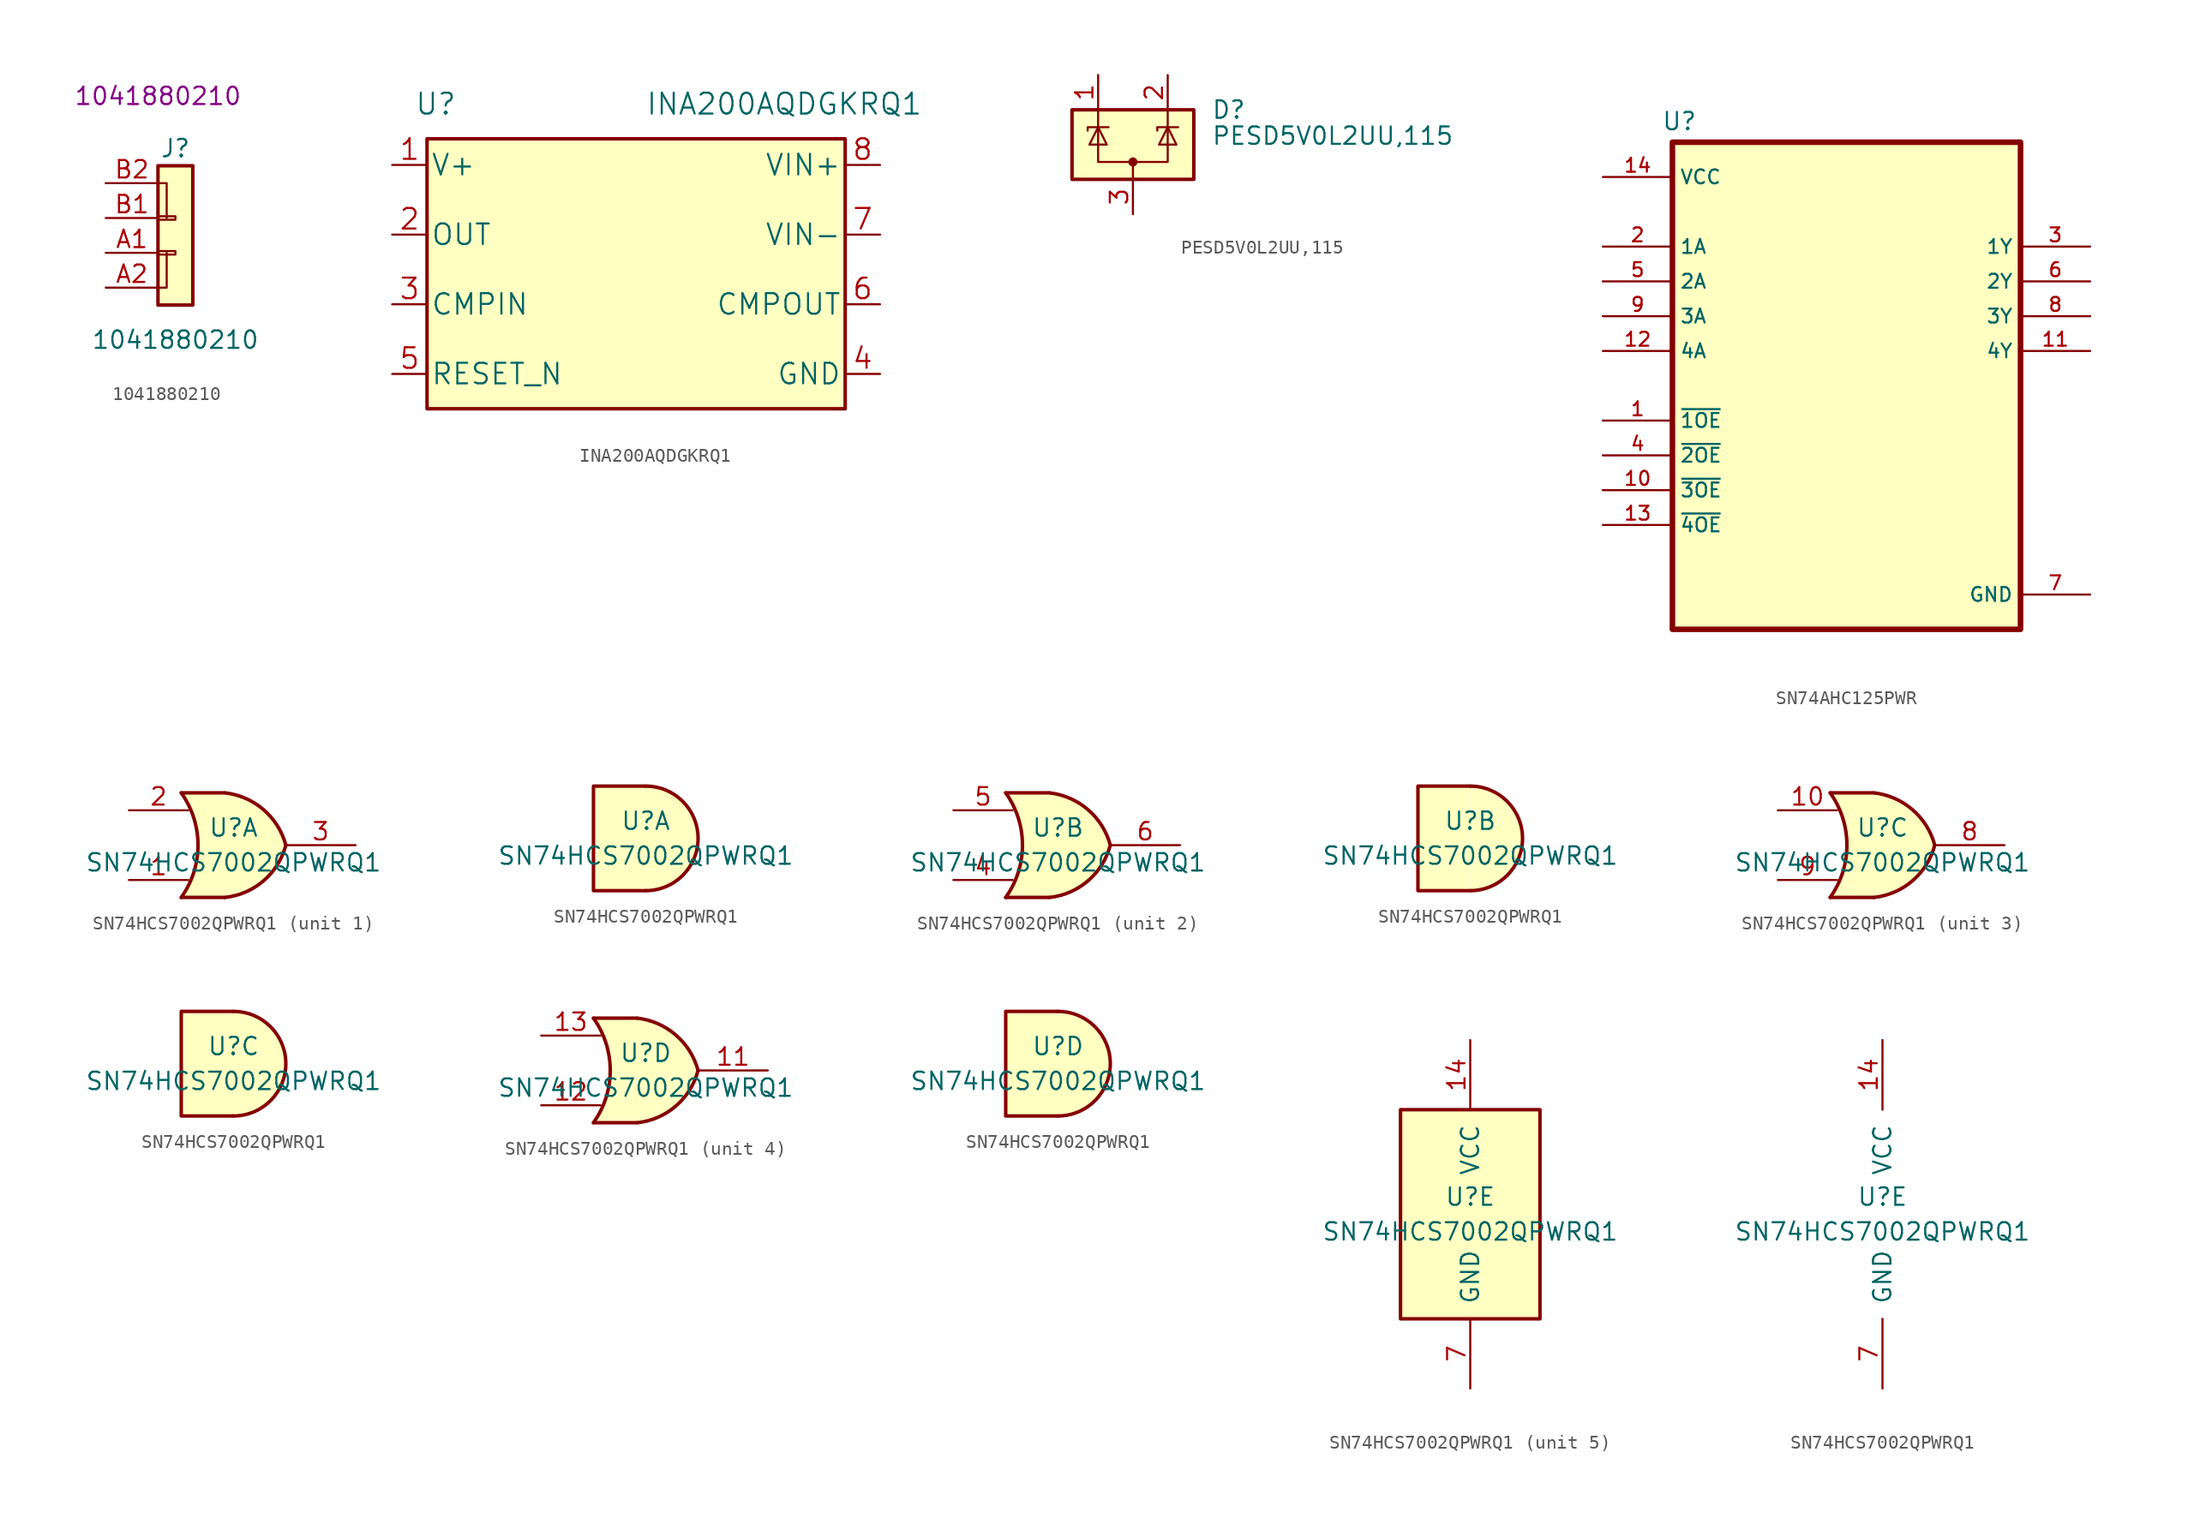
<source format=kicad_sym>
(kicad_symbol_lib
  (version 20241209)
  (generator "kicad_symbol_editor")
  (generator_version "9.0")
  (symbol "1041880210"
    (pin_names
      (offset 1.016)
      (hide yes))
    (property "Reference" "J"
      (at 0 5.08 0)
      (effects (font (size 1.27 1.27))))
    (property "Value" "1041880210"
      (at 0 -8.89 0)
      (effects (font (size 1.27 1.27))))
    (property "MPN" "1041880210"
      (at -1.27 8.89 0)
      (effects (font (size 1.27 1.27))))
    (symbol "1041880210_0_1"
      (polyline (pts (xy -1.27 2.54) (xy -0.635 2.54) (xy -0.635 0)) (stroke (width 0) (type solid)) (fill (type none)))
      (polyline (pts (xy -1.27 -5.08) (xy -0.635 -5.08) (xy -0.635 -2.54)) (stroke (width 0) (type solid)) (fill (type none))))
    (symbol "1041880210_1_1"
      (rectangle (start -1.27 3.81) (end 1.27 -6.35) (stroke (width 0.254) (type solid)) (fill (type background)))
      (rectangle (start -1.27 0.127) (end 0 -0.127) (stroke (width 0.152) (type solid)) (fill (type none)))
      (rectangle (start -1.27 -2.413) (end 0 -2.667) (stroke (width 0.152) (type solid)) (fill (type none)))
      (pin passive line (at -5.08 2.54 0) (length 3.81) (name "Pin_1" (effects (font (size 1.27 1.27)))) (number "B2" (effects (font (size 1.27 1.27)))))
      (pin passive line (at -5.08 0 0) (length 3.81) (name "Pin_1" (effects (font (size 1.27 1.27)))) (number "B1" (effects (font (size 1.27 1.27)))))
      (pin passive line (at -5.08 -2.54 0) (length 3.81) (name "Pin_2" (effects (font (size 1.27 1.27)))) (number "A1" (effects (font (size 1.27 1.27)))))
      (pin passive line (at -5.08 -5.08 0) (length 3.81) (name "Pin_2" (effects (font (size 1.27 1.27)))) (number "A2" (effects (font (size 1.27 1.27)))))))
  (symbol "INA200AQDGKRQ1"
    (pin_names
      (offset 0.254))
    (property "Reference" "U"
      (at -14.605 12.065 0)
      (effects (font (size 1.524 1.524))))
    (property "Value" "INA200AQDGKRQ1"
      (at 10.795 12.065 0)
      (effects (font (size 1.524 1.524))))
    (property "Datasheet" ""
      (at 0 0 0)
      (effects (font (size 1.524 1.524))))
    (symbol "INA200AQDGKRQ1_1_1"
      (rectangle (start -15.24 9.525) (end 15.24 -10.16) (stroke (width 0.254) (type solid)) (fill (type background)))
      (pin power_in line (at -17.78 7.62 0) (length 2.54) (name "V+" (effects (font (size 1.499 1.499)))) (number "1" (effects (font (size 1.499 1.499)))))
      (pin output line (at -17.78 2.54 0) (length 2.54) (name "OUT" (effects (font (size 1.499 1.499)))) (number "2" (effects (font (size 1.499 1.499)))))
      (pin input line (at -17.78 -2.54 0) (length 2.54) (name "CMPIN" (effects (font (size 1.499 1.499)))) (number "3" (effects (font (size 1.499 1.499)))))
      (pin input line (at -17.78 -7.62 0) (length 2.54) (name "RESET_N" (effects (font (size 1.499 1.499)))) (number "5" (effects (font (size 1.499 1.499)))))
      (pin input line (at 17.78 7.62 180) (length 2.54) (name "VIN+" (effects (font (size 1.499 1.499)))) (number "8" (effects (font (size 1.499 1.499)))))
      (pin input line (at 17.78 2.54 180) (length 2.54) (name "VIN-" (effects (font (size 1.499 1.499)))) (number "7" (effects (font (size 1.499 1.499)))))
      (pin output line (at 17.78 -2.54 180) (length 2.54) (name "CMPOUT" (effects (font (size 1.499 1.499)))) (number "6" (effects (font (size 1.499 1.499)))))
      (pin power_in line (at 17.78 -7.62 180) (length 2.54) (name "GND" (effects (font (size 1.499 1.499)))) (number "4" (effects (font (size 1.499 1.499)))))))
  (symbol "PESD5V0L2UU,115"
    (pin_names
      (hide yes))
    (property "Reference" "D"
      (at 5.715 2.54 0)
      (effects (font (size 1.27 1.27)) (justify left)))
    (property "Value" "PESD5V0L2UU,115"
      (at 5.715 0.635 0)
      (effects (font (size 1.27 1.27)) (justify left)))
    (symbol "PESD5V0L2UU,115_0_0"
      (pin passive line (at 0 -5.08 90) (length 2.54) (name "A" (effects (font (size 1.27 1.27)))) (number "3" (effects (font (size 1.27 1.27))))))
    (symbol "PESD5V0L2UU,115_0_1"
      (rectangle (start -4.445 2.54) (end 4.445 -2.54) (stroke (width 0.254) (type default)) (fill (type background)))
      (polyline (pts (xy -3.302 1.016) (xy -3.302 1.27) (xy -1.905 1.27) (xy -1.778 1.27)) (stroke (width 0) (type default)) (fill (type none)))
      (polyline (pts (xy -2.54 2.54) (xy -2.54 1.27)) (stroke (width 0) (type default)) (fill (type none)))
      (polyline (pts (xy -2.54 1.27) (xy -2.54 -1.27) (xy 2.54 -1.27) (xy 2.54 1.27)) (stroke (width 0) (type default)) (fill (type none)))
      (polyline (pts (xy -2.54 1.27) (xy -1.905 0) (xy -3.175 0) (xy -2.54 1.27)) (stroke (width 0) (type default)) (fill (type none)))
      (polyline (pts (xy 0 -1.27) (xy 0 -2.54)) (stroke (width 0) (type default)) (fill (type none)))
      (circle (center 0 -1.27) (radius 0.254) (stroke (width 0) (type default)) (fill (type outline)))
      (polyline (pts (xy 1.778 1.016) (xy 1.778 1.27) (xy 3.175 1.27) (xy 3.302 1.27)) (stroke (width 0) (type default)) (fill (type none)))
      (polyline (pts (xy 2.54 2.54) (xy 2.54 1.27)) (stroke (width 0) (type default)) (fill (type none)))
      (polyline (pts (xy 2.54 1.27) (xy 1.905 0) (xy 3.175 0) (xy 2.54 1.27)) (stroke (width 0) (type default)) (fill (type none))))
    (symbol "PESD5V0L2UU,115_1_1"
      (pin passive line (at -2.54 5.08 270) (length 2.54) (name "K" (effects (font (size 1.27 1.27)))) (number "1" (effects (font (size 1.27 1.27)))))
      (pin passive line (at 2.54 5.08 270) (length 2.54) (name "K" (effects (font (size 1.27 1.27)))) (number "2" (effects (font (size 1.27 1.27)))))))
  (symbol "SN74AHC125PWR"
    (property "Reference" "U"
      (at -12.192 20.574 0)
      (effects (font (size 1.27 1.27))))
    (symbol "SN74AHC125PWR_0_0"
      (rectangle (start -12.7 -16.51) (end 12.7 19.05) (stroke (width 0.406) (type default)) (fill (type background)))
      (pin power_in line (at -17.78 16.51 0) (length 5.08) (name "VCC" (effects (font (size 1.016 1.016)))) (number "14" (effects (font (size 1.016 1.016)))))
      (pin input line (at -17.78 11.43 0) (length 5.08) (name "1A" (effects (font (size 1.016 1.016)))) (number "2" (effects (font (size 1.016 1.016)))))
      (pin input line (at -17.78 8.89 0) (length 5.08) (name "2A" (effects (font (size 1.016 1.016)))) (number "5" (effects (font (size 1.016 1.016)))))
      (pin input line (at -17.78 6.35 0) (length 5.08) (name "3A" (effects (font (size 1.016 1.016)))) (number "9" (effects (font (size 1.016 1.016)))))
      (pin input line (at -17.78 3.81 0) (length 5.08) (name "4A" (effects (font (size 1.016 1.016)))) (number "12" (effects (font (size 1.016 1.016)))))
      (pin input line (at -17.78 -1.27 0) (length 5.08) (name "~{1OE}" (effects (font (size 1.016 1.016)))) (number "1" (effects (font (size 1.016 1.016)))))
      (pin input line (at -17.78 -3.81 0) (length 5.08) (name "~{2OE}" (effects (font (size 1.016 1.016)))) (number "4" (effects (font (size 1.016 1.016)))))
      (pin input line (at -17.78 -6.35 0) (length 5.08) (name "~{3OE}" (effects (font (size 1.016 1.016)))) (number "10" (effects (font (size 1.016 1.016)))))
      (pin input line (at -17.78 -8.89 0) (length 5.08) (name "~{4OE}" (effects (font (size 1.016 1.016)))) (number "13" (effects (font (size 1.016 1.016)))))
      (pin output line (at 17.78 11.43 180) (length 5.08) (name "1Y" (effects (font (size 1.016 1.016)))) (number "3" (effects (font (size 1.016 1.016)))))
      (pin output line (at 17.78 8.89 180) (length 5.08) (name "2Y" (effects (font (size 1.016 1.016)))) (number "6" (effects (font (size 1.016 1.016)))))
      (pin output line (at 17.78 6.35 180) (length 5.08) (name "3Y" (effects (font (size 1.016 1.016)))) (number "8" (effects (font (size 1.016 1.016)))))
      (pin output line (at 17.78 3.81 180) (length 5.08) (name "4Y" (effects (font (size 1.016 1.016)))) (number "11" (effects (font (size 1.016 1.016)))))
      (pin power_in line (at 17.78 -13.97 180) (length 5.08) (name "GND" (effects (font (size 1.016 1.016)))) (number "7" (effects (font (size 1.016 1.016)))))))
  (symbol "SN74HCS7002QPWRQ1"
    (pin_names
      (offset 1.016))
    (property "Reference" "U"
      (at 0 1.27 0)
      (effects (font (size 1.27 1.27))))
    (property "Value" "SN74HCS7002QPWRQ1"
      (at 0 -1.27 0)
      (effects (font (size 1.27 1.27))))
    (property "ki_locked" ""
      (at 0 0 0)
      (effects (font (size 1.27 1.27))))
    (symbol "SN74HCS7002QPWRQ1_1_1"
      (arc (start -3.81 3.81) (mid -2.589 0) (end -3.81 -3.81) (stroke (width 0.254) (type solid)) (fill (type none)))
      (polyline (pts (xy -3.81 3.81) (xy -0.635 3.81)) (stroke (width 0.254) (type solid)) (fill (type background)))
      (polyline (pts (xy -3.81 -3.81) (xy -0.635 -3.81)) (stroke (width 0.254) (type solid)) (fill (type background)))
      (arc (start -0.6096 3.81) (mid 2.1842 2.5851) (end 3.81 0) (stroke (width 0.254) (type solid)) (fill (type background)))
      (arc (start 3.81 0) (mid 2.1915 -2.5936) (end -0.6096 -3.81) (stroke (width 0.254) (type solid)) (fill (type background)))
      (polyline (pts (xy -0.635 3.81) (xy -3.81 3.81) (xy -3.81 3.81) (xy -3.556 3.404) (xy -3.023 2.261) (xy -2.692 1.041) (xy -2.616 -0.254) (xy -2.769 -1.499) (xy -3.175 -2.718) (xy -3.81 -3.81) (xy -3.81 -3.81) (xy -0.635 -3.81)) (stroke (width -25.4) (type solid)) (fill (type background)))
      (pin input line (at -7.62 2.54 0) (length 4.318) (name "~" (effects (font (size 1.27 1.27)))) (number "2" (effects (font (size 1.27 1.27)))))
      (pin input line (at -7.62 -2.54 0) (length 4.318) (name "~" (effects (font (size 1.27 1.27)))) (number "1" (effects (font (size 1.27 1.27)))))
      (pin output line (at 8.89 0 180) (length 5.08) (name "~" (effects (font (size 1.27 1.27)))) (number "3" (effects (font (size 1.27 1.27))))))
    (symbol "SN74HCS7002QPWRQ1_1_2"
      (polyline (pts (xy 0 3.81) (xy -3.81 3.81) (xy -3.81 -3.81) (xy 0 -3.81)) (stroke (width 0.254) (type solid)) (fill (type background)))
      (arc (start 0 3.81) (mid 3.81 0) (end 0 -3.81) (stroke (width 0.254) (type solid)) (fill (type background))))
    (symbol "SN74HCS7002QPWRQ1_2_1"
      (arc (start -3.81 3.81) (mid -2.589 0) (end -3.81 -3.81) (stroke (width 0.254) (type solid)) (fill (type none)))
      (polyline (pts (xy -3.81 3.81) (xy -0.635 3.81)) (stroke (width 0.254) (type solid)) (fill (type background)))
      (polyline (pts (xy -3.81 -3.81) (xy -0.635 -3.81)) (stroke (width 0.254) (type solid)) (fill (type background)))
      (arc (start -0.6096 3.81) (mid 2.1842 2.5851) (end 3.81 0) (stroke (width 0.254) (type solid)) (fill (type background)))
      (arc (start 3.81 0) (mid 2.1915 -2.5936) (end -0.6096 -3.81) (stroke (width 0.254) (type solid)) (fill (type background)))
      (polyline (pts (xy -0.635 3.81) (xy -3.81 3.81) (xy -3.81 3.81) (xy -3.556 3.404) (xy -3.023 2.261) (xy -2.692 1.041) (xy -2.616 -0.254) (xy -2.769 -1.499) (xy -3.175 -2.718) (xy -3.81 -3.81) (xy -3.81 -3.81) (xy -0.635 -3.81)) (stroke (width -25.4) (type solid)) (fill (type background)))
      (pin input line (at -7.62 2.54 0) (length 4.318) (name "~" (effects (font (size 1.27 1.27)))) (number "5" (effects (font (size 1.27 1.27)))))
      (pin input line (at -7.62 -2.54 0) (length 4.318) (name "~" (effects (font (size 1.27 1.27)))) (number "4" (effects (font (size 1.27 1.27)))))
      (pin output line (at 8.89 0 180) (length 5.08) (name "~" (effects (font (size 1.27 1.27)))) (number "6" (effects (font (size 1.27 1.27))))))
    (symbol "SN74HCS7002QPWRQ1_2_2"
      (polyline (pts (xy 0 3.81) (xy -3.81 3.81) (xy -3.81 -3.81) (xy 0 -3.81)) (stroke (width 0.254) (type solid)) (fill (type background)))
      (arc (start 0 3.81) (mid 3.81 0) (end 0 -3.81) (stroke (width 0.254) (type solid)) (fill (type background))))
    (symbol "SN74HCS7002QPWRQ1_3_1"
      (arc (start -3.81 3.81) (mid -2.589 0) (end -3.81 -3.81) (stroke (width 0.254) (type solid)) (fill (type none)))
      (polyline (pts (xy -3.81 3.81) (xy -0.635 3.81)) (stroke (width 0.254) (type solid)) (fill (type background)))
      (polyline (pts (xy -3.81 -3.81) (xy -0.635 -3.81)) (stroke (width 0.254) (type solid)) (fill (type background)))
      (arc (start -0.6096 3.81) (mid 2.1842 2.5851) (end 3.81 0) (stroke (width 0.254) (type solid)) (fill (type background)))
      (arc (start 3.81 0) (mid 2.1915 -2.5936) (end -0.6096 -3.81) (stroke (width 0.254) (type solid)) (fill (type background)))
      (polyline (pts (xy -0.635 3.81) (xy -3.81 3.81) (xy -3.81 3.81) (xy -3.556 3.404) (xy -3.023 2.261) (xy -2.692 1.041) (xy -2.616 -0.254) (xy -2.769 -1.499) (xy -3.175 -2.718) (xy -3.81 -3.81) (xy -3.81 -3.81) (xy -0.635 -3.81)) (stroke (width -25.4) (type solid)) (fill (type background)))
      (pin input line (at -7.62 2.54 0) (length 4.318) (name "~" (effects (font (size 1.27 1.27)))) (number "10" (effects (font (size 1.27 1.27)))))
      (pin input line (at -7.62 -2.54 0) (length 4.318) (name "~" (effects (font (size 1.27 1.27)))) (number "9" (effects (font (size 1.27 1.27)))))
      (pin output line (at 8.89 0 180) (length 5.08) (name "~" (effects (font (size 1.27 1.27)))) (number "8" (effects (font (size 1.27 1.27))))))
    (symbol "SN74HCS7002QPWRQ1_3_2"
      (polyline (pts (xy 0 3.81) (xy -3.81 3.81) (xy -3.81 -3.81) (xy 0 -3.81)) (stroke (width 0.254) (type solid)) (fill (type background)))
      (arc (start 0 3.81) (mid 3.81 0) (end 0 -3.81) (stroke (width 0.254) (type solid)) (fill (type background))))
    (symbol "SN74HCS7002QPWRQ1_4_1"
      (arc (start -3.81 3.81) (mid -2.589 0) (end -3.81 -3.81) (stroke (width 0.254) (type solid)) (fill (type none)))
      (polyline (pts (xy -3.81 3.81) (xy -0.635 3.81)) (stroke (width 0.254) (type solid)) (fill (type background)))
      (polyline (pts (xy -3.81 -3.81) (xy -0.635 -3.81)) (stroke (width 0.254) (type solid)) (fill (type background)))
      (arc (start -0.6096 3.81) (mid 2.1842 2.5851) (end 3.81 0) (stroke (width 0.254) (type solid)) (fill (type background)))
      (arc (start 3.81 0) (mid 2.1915 -2.5936) (end -0.6096 -3.81) (stroke (width 0.254) (type solid)) (fill (type background)))
      (polyline (pts (xy -0.635 3.81) (xy -3.81 3.81) (xy -3.81 3.81) (xy -3.556 3.404) (xy -3.023 2.261) (xy -2.692 1.041) (xy -2.616 -0.254) (xy -2.769 -1.499) (xy -3.175 -2.718) (xy -3.81 -3.81) (xy -3.81 -3.81) (xy -0.635 -3.81)) (stroke (width -25.4) (type solid)) (fill (type background)))
      (pin input line (at -7.62 2.54 0) (length 4.318) (name "~" (effects (font (size 1.27 1.27)))) (number "13" (effects (font (size 1.27 1.27)))))
      (pin input line (at -7.62 -2.54 0) (length 4.318) (name "~" (effects (font (size 1.27 1.27)))) (number "12" (effects (font (size 1.27 1.27)))))
      (pin output line (at 8.89 0 180) (length 5.08) (name "~" (effects (font (size 1.27 1.27)))) (number "11" (effects (font (size 1.27 1.27))))))
    (symbol "SN74HCS7002QPWRQ1_4_2"
      (polyline (pts (xy 0 3.81) (xy -3.81 3.81) (xy -3.81 -3.81) (xy 0 -3.81)) (stroke (width 0.254) (type solid)) (fill (type background)))
      (arc (start 0 3.81) (mid 3.81 0) (end 0 -3.81) (stroke (width 0.254) (type solid)) (fill (type background))))
    (symbol "SN74HCS7002QPWRQ1_5_0"
      (pin power_in line (at 0 12.7 270) (length 5.08) (name "VCC" (effects (font (size 1.27 1.27)))) (number "14" (effects (font (size 1.27 1.27)))))
      (pin power_in line (at 0 -12.7 90) (length 5.08) (name "GND" (effects (font (size 1.27 1.27)))) (number "7" (effects (font (size 1.27 1.27))))))
    (symbol "SN74HCS7002QPWRQ1_5_1"
      (rectangle (start -5.08 7.62) (end 5.08 -7.62) (stroke (width 0.254) (type solid)) (fill (type background))))))
</source>
